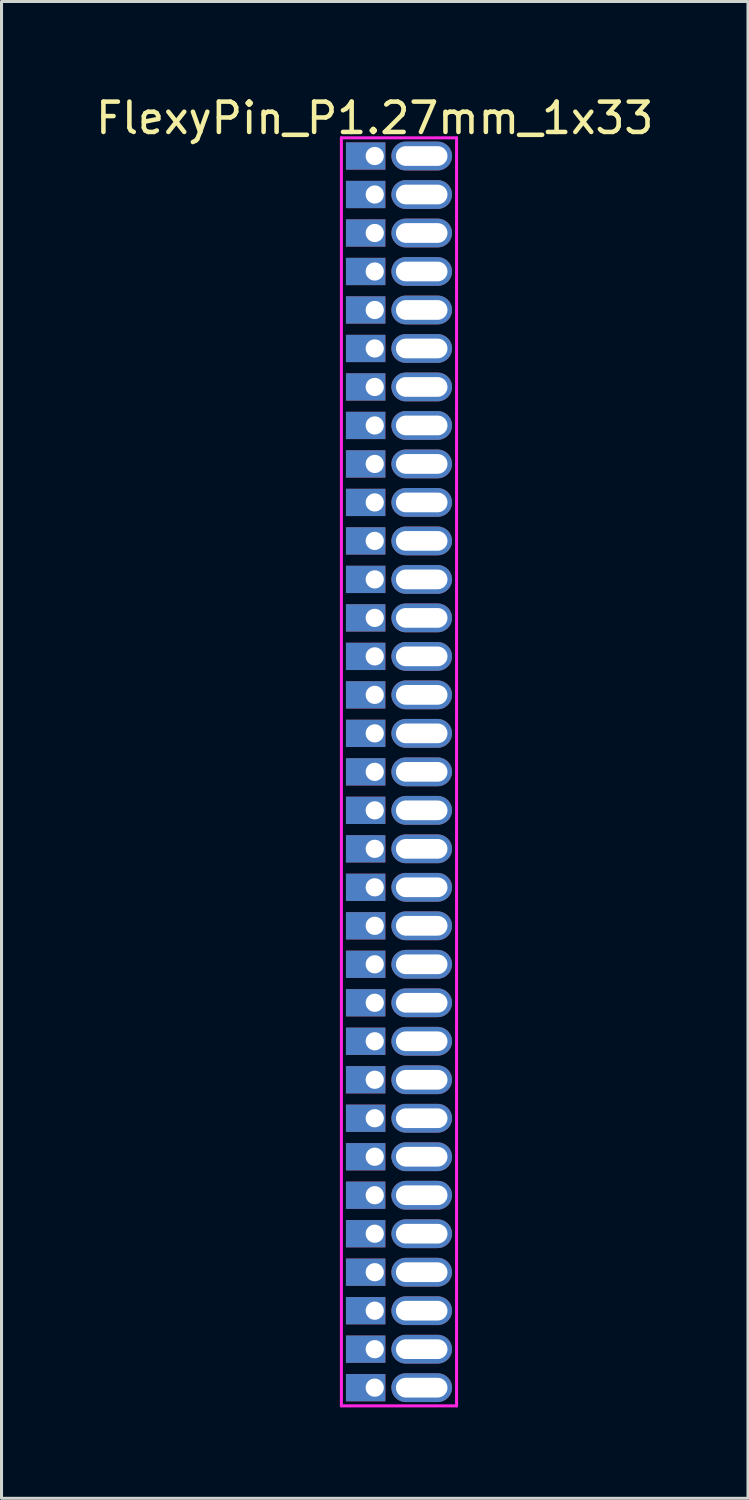
<source format=kicad_pcb>
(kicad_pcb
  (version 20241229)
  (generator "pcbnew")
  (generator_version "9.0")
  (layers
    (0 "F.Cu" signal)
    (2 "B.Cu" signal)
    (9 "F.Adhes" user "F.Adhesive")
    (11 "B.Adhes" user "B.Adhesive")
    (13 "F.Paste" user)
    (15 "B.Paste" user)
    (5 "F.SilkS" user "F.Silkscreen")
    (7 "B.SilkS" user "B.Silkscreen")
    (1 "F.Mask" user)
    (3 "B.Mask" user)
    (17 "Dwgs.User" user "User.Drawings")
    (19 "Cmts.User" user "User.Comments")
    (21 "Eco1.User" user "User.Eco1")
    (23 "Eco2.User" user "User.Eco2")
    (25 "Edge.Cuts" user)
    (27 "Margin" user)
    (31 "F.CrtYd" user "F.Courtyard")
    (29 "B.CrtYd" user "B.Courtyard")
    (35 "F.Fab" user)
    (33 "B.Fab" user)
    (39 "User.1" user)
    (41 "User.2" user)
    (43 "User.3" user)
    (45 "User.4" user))
  (footprint "FlexyPin_P1.27mm_1x33"
    (layer "F.Cu")
    (at 9.315 2.098)
    (property "Reference" "FlexyPin_P1.27mm_1x33" (at 0 -1.25 0) (layer "F.SilkS") (effects (font (size 1 1) (thickness 0.15))))
    (attr through_hole)
    (fp_line (start -1.1 -0.6) (end 2.7 -0.6) (stroke (width 0.1) (type solid)) (layer "F.CrtYd"))
    (fp_line (start -1.1 41.24) (end -1.1 -0.6) (stroke (width 0.1) (type solid)) (layer "F.CrtYd"))
    (fp_line (start 2.7 -0.6) (end 2.7 41.24) (stroke (width 0.1) (type solid)) (layer "F.CrtYd"))
    (fp_line (start 2.7 41.24) (end -1.1 41.24) (stroke (width 0.1) (type solid)) (layer "F.CrtYd"))
    (pad "" thru_hole oval (at 1.55 0) (size 2 0.95) (drill oval 1.7 0.65) (layers "*.Cu" "*.Mask"))
    (pad "" thru_hole oval (at 1.55 1.27) (size 2 0.95) (drill oval 1.7 0.65) (layers "*.Cu" "*.Mask"))
    (pad "" thru_hole oval (at 1.55 2.54) (size 2 0.95) (drill oval 1.7 0.65) (layers "*.Cu" "*.Mask"))
    (pad "" thru_hole oval (at 1.55 3.81) (size 2 0.95) (drill oval 1.7 0.65) (layers "*.Cu" "*.Mask"))
    (pad "" thru_hole oval (at 1.55 5.08) (size 2 0.95) (drill oval 1.7 0.65) (layers "*.Cu" "*.Mask"))
    (pad "" thru_hole oval (at 1.55 6.35) (size 2 0.95) (drill oval 1.7 0.65) (layers "*.Cu" "*.Mask"))
    (pad "" thru_hole oval (at 1.55 7.62) (size 2 0.95) (drill oval 1.7 0.65) (layers "*.Cu" "*.Mask"))
    (pad "" thru_hole oval (at 1.55 8.89) (size 2 0.95) (drill oval 1.7 0.65) (layers "*.Cu" "*.Mask"))
    (pad "" thru_hole oval (at 1.55 10.16) (size 2 0.95) (drill oval 1.7 0.65) (layers "*.Cu" "*.Mask"))
    (pad "" thru_hole oval (at 1.55 11.43) (size 2 0.95) (drill oval 1.7 0.65) (layers "*.Cu" "*.Mask"))
    (pad "" thru_hole oval (at 1.55 12.7) (size 2 0.95) (drill oval 1.7 0.65) (layers "*.Cu" "*.Mask"))
    (pad "" thru_hole oval (at 1.55 13.97) (size 2 0.95) (drill oval 1.7 0.65) (layers "*.Cu" "*.Mask"))
    (pad "" thru_hole oval (at 1.55 15.24) (size 2 0.95) (drill oval 1.7 0.65) (layers "*.Cu" "*.Mask"))
    (pad "" thru_hole oval (at 1.55 16.51) (size 2 0.95) (drill oval 1.7 0.65) (layers "*.Cu" "*.Mask"))
    (pad "" thru_hole oval (at 1.55 17.78) (size 2 0.95) (drill oval 1.7 0.65) (layers "*.Cu" "*.Mask"))
    (pad "" thru_hole oval (at 1.55 19.05) (size 2 0.95) (drill oval 1.7 0.65) (layers "*.Cu" "*.Mask"))
    (pad "" thru_hole oval (at 1.55 20.32) (size 2 0.95) (drill oval 1.7 0.65) (layers "*.Cu" "*.Mask"))
    (pad "" thru_hole oval (at 1.55 21.59) (size 2 0.95) (drill oval 1.7 0.65) (layers "*.Cu" "*.Mask"))
    (pad "" thru_hole oval (at 1.55 22.86) (size 2 0.95) (drill oval 1.7 0.65) (layers "*.Cu" "*.Mask"))
    (pad "" thru_hole oval (at 1.55 24.13) (size 2 0.95) (drill oval 1.7 0.65) (layers "*.Cu" "*.Mask"))
    (pad "" thru_hole oval (at 1.55 25.4) (size 2 0.95) (drill oval 1.7 0.65) (layers "*.Cu" "*.Mask"))
    (pad "" thru_hole oval (at 1.55 26.67) (size 2 0.95) (drill oval 1.7 0.65) (layers "*.Cu" "*.Mask"))
    (pad "" thru_hole oval (at 1.55 27.94) (size 2 0.95) (drill oval 1.7 0.65) (layers "*.Cu" "*.Mask"))
    (pad "" thru_hole oval (at 1.55 29.21) (size 2 0.95) (drill oval 1.7 0.65) (layers "*.Cu" "*.Mask"))
    (pad "" thru_hole oval (at 1.55 30.48) (size 2 0.95) (drill oval 1.7 0.65) (layers "*.Cu" "*.Mask"))
    (pad "" thru_hole oval (at 1.55 31.75) (size 2 0.95) (drill oval 1.7 0.65) (layers "*.Cu" "*.Mask"))
    (pad "" thru_hole oval (at 1.55 33.02) (size 2 0.95) (drill oval 1.7 0.65) (layers "*.Cu" "*.Mask"))
    (pad "" thru_hole oval (at 1.55 34.29) (size 2 0.95) (drill oval 1.7 0.65) (layers "*.Cu" "*.Mask"))
    (pad "" thru_hole oval (at 1.55 35.56) (size 2 0.95) (drill oval 1.7 0.65) (layers "*.Cu" "*.Mask"))
    (pad "" thru_hole oval (at 1.55 36.83) (size 2 0.95) (drill oval 1.7 0.65) (layers "*.Cu" "*.Mask"))
    (pad "" thru_hole oval (at 1.55 38.1) (size 2 0.95) (drill oval 1.7 0.65) (layers "*.Cu" "*.Mask"))
    (pad "" thru_hole oval (at 1.55 39.37) (size 2 0.95) (drill oval 1.7 0.65) (layers "*.Cu" "*.Mask"))
    (pad "" thru_hole oval (at 1.55 40.64) (size 2 0.95) (drill oval 1.7 0.65) (layers "*.Cu" "*.Mask"))
    (pad "1" thru_hole rect (at 0 0) (size 1.3 0.9) (drill 0.6 (offset -0.3 0)) (layers "*.Cu" "*.Mask"))
    (pad "2" thru_hole rect (at 0 1.27) (size 1.3 0.9) (drill 0.6 (offset -0.3 0)) (layers "*.Cu" "*.Mask"))
    (pad "3" thru_hole rect (at 0 2.54) (size 1.3 0.9) (drill 0.6 (offset -0.3 0)) (layers "*.Cu" "*.Mask"))
    (pad "4" thru_hole rect (at 0 3.81) (size 1.3 0.9) (drill 0.6 (offset -0.3 0)) (layers "*.Cu" "*.Mask"))
    (pad "5" thru_hole rect (at 0 5.08) (size 1.3 0.9) (drill 0.6 (offset -0.3 0)) (layers "*.Cu" "*.Mask"))
    (pad "6" thru_hole rect (at 0 6.35) (size 1.3 0.9) (drill 0.6 (offset -0.3 0)) (layers "*.Cu" "*.Mask"))
    (pad "7" thru_hole rect (at 0 7.62) (size 1.3 0.9) (drill 0.6 (offset -0.3 0)) (layers "*.Cu" "*.Mask"))
    (pad "8" thru_hole rect (at 0 8.89) (size 1.3 0.9) (drill 0.6 (offset -0.3 0)) (layers "*.Cu" "*.Mask"))
    (pad "9" thru_hole rect (at 0 10.16) (size 1.3 0.9) (drill 0.6 (offset -0.3 0)) (layers "*.Cu" "*.Mask"))
    (pad "10" thru_hole rect (at 0 11.43) (size 1.3 0.9) (drill 0.6 (offset -0.3 0)) (layers "*.Cu" "*.Mask"))
    (pad "11" thru_hole rect (at 0 12.7) (size 1.3 0.9) (drill 0.6 (offset -0.3 0)) (layers "*.Cu" "*.Mask"))
    (pad "12" thru_hole rect (at 0 13.97) (size 1.3 0.9) (drill 0.6 (offset -0.3 0)) (layers "*.Cu" "*.Mask"))
    (pad "13" thru_hole rect (at 0 15.24) (size 1.3 0.9) (drill 0.6 (offset -0.3 0)) (layers "*.Cu" "*.Mask"))
    (pad "14" thru_hole rect (at 0 16.51) (size 1.3 0.9) (drill 0.6 (offset -0.3 0)) (layers "*.Cu" "*.Mask"))
    (pad "15" thru_hole rect (at 0 17.78) (size 1.3 0.9) (drill 0.6 (offset -0.3 0)) (layers "*.Cu" "*.Mask"))
    (pad "16" thru_hole rect (at 0 19.05) (size 1.3 0.9) (drill 0.6 (offset -0.3 0)) (layers "*.Cu" "*.Mask"))
    (pad "17" thru_hole rect (at 0 20.32) (size 1.3 0.9) (drill 0.6 (offset -0.3 0)) (layers "*.Cu" "*.Mask"))
    (pad "18" thru_hole rect (at 0 21.59) (size 1.3 0.9) (drill 0.6 (offset -0.3 0)) (layers "*.Cu" "*.Mask"))
    (pad "19" thru_hole rect (at 0 22.86) (size 1.3 0.9) (drill 0.6 (offset -0.3 0)) (layers "*.Cu" "*.Mask"))
    (pad "20" thru_hole rect (at 0 24.13) (size 1.3 0.9) (drill 0.6 (offset -0.3 0)) (layers "*.Cu" "*.Mask"))
    (pad "21" thru_hole rect (at 0 25.4) (size 1.3 0.9) (drill 0.6 (offset -0.3 0)) (layers "*.Cu" "*.Mask"))
    (pad "22" thru_hole rect (at 0 26.67) (size 1.3 0.9) (drill 0.6 (offset -0.3 0)) (layers "*.Cu" "*.Mask"))
    (pad "23" thru_hole rect (at 0 27.94) (size 1.3 0.9) (drill 0.6 (offset -0.3 0)) (layers "*.Cu" "*.Mask"))
    (pad "24" thru_hole rect (at 0 29.21) (size 1.3 0.9) (drill 0.6 (offset -0.3 0)) (layers "*.Cu" "*.Mask"))
    (pad "25" thru_hole rect (at 0 30.48) (size 1.3 0.9) (drill 0.6 (offset -0.3 0)) (layers "*.Cu" "*.Mask"))
    (pad "26" thru_hole rect (at 0 31.75) (size 1.3 0.9) (drill 0.6 (offset -0.3 0)) (layers "*.Cu" "*.Mask"))
    (pad "27" thru_hole rect (at 0 33.02) (size 1.3 0.9) (drill 0.6 (offset -0.3 0)) (layers "*.Cu" "*.Mask"))
    (pad "28" thru_hole rect (at 0 34.29) (size 1.3 0.9) (drill 0.6 (offset -0.3 0)) (layers "*.Cu" "*.Mask"))
    (pad "29" thru_hole rect (at 0 35.56) (size 1.3 0.9) (drill 0.6 (offset -0.3 0)) (layers "*.Cu" "*.Mask"))
    (pad "30" thru_hole rect (at 0 36.83) (size 1.3 0.9) (drill 0.6 (offset -0.3 0)) (layers "*.Cu" "*.Mask"))
    (pad "31" thru_hole rect (at 0 38.1) (size 1.3 0.9) (drill 0.6 (offset -0.3 0)) (layers "*.Cu" "*.Mask"))
    (pad "32" thru_hole rect (at 0 39.37) (size 1.3 0.9) (drill 0.6 (offset -0.3 0)) (layers "*.Cu" "*.Mask"))
    (pad "33" thru_hole rect (at 0 40.64) (size 1.3 0.9) (drill 0.6 (offset -0.3 0)) (layers "*.Cu" "*.Mask")))
  (gr_rect
    (start -3 -3)
    (end 21.631 46.388)
    (stroke (width 0.1) (type default))
    (fill no)
    (layer "Edge.Cuts")))
</source>
